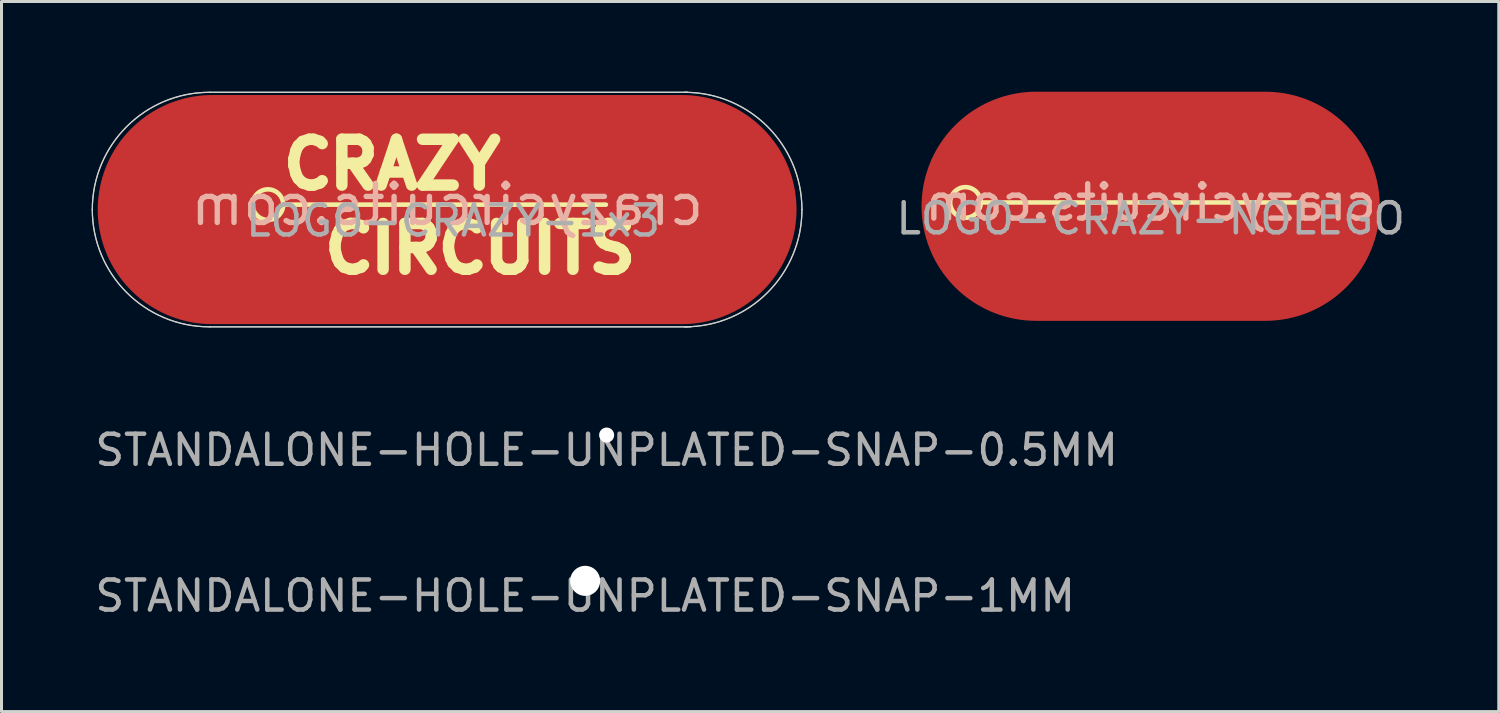
<source format=kicad_pcb>
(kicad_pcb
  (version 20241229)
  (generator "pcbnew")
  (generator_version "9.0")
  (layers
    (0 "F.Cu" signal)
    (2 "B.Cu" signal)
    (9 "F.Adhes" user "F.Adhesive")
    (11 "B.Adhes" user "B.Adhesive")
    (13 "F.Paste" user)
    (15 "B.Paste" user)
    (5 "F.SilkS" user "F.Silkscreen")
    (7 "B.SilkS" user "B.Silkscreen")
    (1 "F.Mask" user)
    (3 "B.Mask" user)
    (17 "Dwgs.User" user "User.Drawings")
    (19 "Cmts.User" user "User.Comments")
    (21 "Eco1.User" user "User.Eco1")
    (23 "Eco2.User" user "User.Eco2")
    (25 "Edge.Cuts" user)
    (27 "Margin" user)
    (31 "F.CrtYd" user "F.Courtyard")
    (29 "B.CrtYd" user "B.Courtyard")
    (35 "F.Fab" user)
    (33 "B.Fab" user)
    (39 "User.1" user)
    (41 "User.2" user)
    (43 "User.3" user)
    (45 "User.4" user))
  (footprint "STANDALONE-HOLE-UNPLATED-SNAP-1MM"
    (layer "F.Cu")
    (at 16.411 16.267)
    (property "Reference" "STANDALONE-HOLE-UNPLATED-SNAP-1MM" (at 0 0.5 0) (layer "F.Fab") (effects (font (size 1 1) (thickness 0.15))))
    (attr through_hole)
    (pad "" np_thru_hole circle (at 0 0) (size 1 1) (drill 1) (layers "*.Cu")))
  (footprint "LOGO-CRAZY-NOLEGO"
    (layer "F.Cu")
    (at 35.218 7.747)
    (property "Reference" "LOGO-CRAZY-NOLEGO" (at 0 -3.528 0) (layer "F.Fab") (effects (font (size 1 1) (thickness 0.15))))
    (attr through_hole)
    (fp_line (start 2.159 -5.461) (end 3.239 -5.207) (stroke (width 0.152) (type solid)) (layer "F.Mask"))
    (fp_line (start 2.985 -4.255) (end 2.159 -5.461) (stroke (width 0.152) (type solid)) (layer "F.Mask"))
    (fp_line (start 3.048 -4.381) (end 2.413 -5.271) (stroke (width 0.254) (type solid)) (layer "F.Mask"))
    (fp_line (start 3.175 -6.604) (end 4 -5.08) (stroke (width 0.152) (type solid)) (layer "F.Mask"))
    (fp_line (start 3.239 -5.207) (end 3.175 -6.604) (stroke (width 0.152) (type solid)) (layer "F.Mask"))
    (fp_line (start 3.239 -4.381) (end 2.603 -5.271) (stroke (width 0.254) (type solid)) (layer "F.Mask"))
    (fp_line (start 3.365 -5.397) (end 3.302 -6.223) (stroke (width 0.254) (type solid)) (layer "F.Mask"))
    (fp_line (start 3.429 -4.381) (end 2.857 -5.207) (stroke (width 0.254) (type solid)) (layer "F.Mask"))
    (fp_line (start 3.556 -4.381) (end 3.111 -5.144) (stroke (width 0.254) (type solid)) (layer "F.Mask"))
    (fp_line (start 3.81 -4.381) (end 3.365 -5.207) (stroke (width 0.254) (type solid)) (layer "F.Mask"))
    (fp_line (start 4 -5.144) (end 5.08 -5.842) (stroke (width 0.152) (type solid)) (layer "F.Mask"))
    (fp_line (start 4 -4.381) (end 3.429 -5.461) (stroke (width 0.254) (type solid)) (layer "F.Mask"))
    (fp_line (start 4.191 -4.636) (end 4.763 -4.953) (stroke (width 0.152) (type solid)) (layer "F.Mask"))
    (fp_line (start 4.191 -4.381) (end 3.302 -6.096) (stroke (width 0.254) (type solid)) (layer "F.Mask"))
    (fp_line (start 4.255 -4.508) (end 5.016 -4.953) (stroke (width 0.152) (type solid)) (layer "F.Mask"))
    (fp_line (start 4.255 -4.381) (end 5.207 -4.953) (stroke (width 0.152) (type solid)) (layer "F.Mask"))
    (fp_line (start 4.381 -4.318) (end 5.524 -5.08) (stroke (width 0.152) (type solid)) (layer "F.Mask"))
    (fp_line (start 4.636 -4.381) (end 5.715 -5.144) (stroke (width 0.152) (type solid)) (layer "F.Mask"))
    (fp_line (start 4.763 -5.271) (end 4.128 -4.763) (stroke (width 0.152) (type solid)) (layer "F.Mask"))
    (fp_line (start 4.763 -5.144) (end 4.191 -4.636) (stroke (width 0.152) (type solid)) (layer "F.Mask"))
    (fp_line (start 4.763 -4.953) (end 4.255 -4.508) (stroke (width 0.152) (type solid)) (layer "F.Mask"))
    (fp_line (start 4.763 -4.953) (end 6.54 -5.397) (stroke (width 0.152) (type solid)) (layer "F.Mask"))
    (fp_line (start 4.763 -4.318) (end 6.096 -5.271) (stroke (width 0.152) (type solid)) (layer "F.Mask"))
    (fp_line (start 4.889 -5.588) (end 4.064 -5.016) (stroke (width 0.152) (type solid)) (layer "F.Mask"))
    (fp_line (start 4.889 -5.461) (end 4.064 -4.889) (stroke (width 0.152) (type solid)) (layer "F.Mask"))
    (fp_line (start 4.953 -4.255) (end 2.985 -4.255) (stroke (width 0.152) (type solid)) (layer "F.Mask"))
    (fp_line (start 5.016 -4.953) (end 4.255 -4.381) (stroke (width 0.152) (type solid)) (layer "F.Mask"))
    (fp_line (start 5.08 -5.842) (end 4.763 -4.953) (stroke (width 0.152) (type solid)) (layer "F.Mask"))
    (fp_line (start 5.207 -4.953) (end 4.381 -4.318) (stroke (width 0.152) (type solid)) (layer "F.Mask"))
    (fp_line (start 5.524 -5.08) (end 4.636 -4.381) (stroke (width 0.152) (type solid)) (layer "F.Mask"))
    (fp_line (start 5.715 -5.144) (end 4.763 -4.318) (stroke (width 0.152) (type solid)) (layer "F.Mask"))
    (fp_line (start 6.096 -5.271) (end 4.953 -4.318) (stroke (width 0.152) (type solid)) (layer "F.Mask"))
    (fp_line (start 6.54 -5.397) (end 4.953 -4.255) (stroke (width 0.152) (type solid)) (layer "F.Mask"))
    (fp_line (start -5.588 -4.064) (end 5.08 -4.064) (stroke (width 0.152) (type solid)) (layer "F.SilkS"))
    (fp_circle (center -6.16 -4.064) (end -5.822 -3.683) (stroke (width 0.152) (type solid)) (fill no) (layer "F.SilkS"))
    (fp_text user "crazycircuits.com" (at 0 -4.064 0) (layer "B.SilkS") (effects (font (size 1.143 1.143) (thickness 0.178)) (justify mirror)))
    (pad "BG" smd oval (at 0 -3.937) (size 15.24 7.62) (layers "F.Cu")))
  (footprint "LOGO-CRAZY-1x3"
    (layer "F.Cu")
    (at 7.82 7.82)
    (property "Reference" "LOGO-CRAZY-1x3" (at 4.2 -3.528 0) (layer "F.Fab") (effects (font (size 1 1) (thickness 0.15))))
    (attr through_hole)
    (fp_line (start 6.559 -5.461) (end 7.638 -5.207) (stroke (width 0.152) (type solid)) (layer "F.Mask"))
    (fp_line (start 7.385 -4.255) (end 6.559 -5.461) (stroke (width 0.152) (type solid)) (layer "F.Mask"))
    (fp_line (start 7.448 -4.381) (end 6.813 -5.271) (stroke (width 0.254) (type solid)) (layer "F.Mask"))
    (fp_line (start 7.575 -6.604) (end 8.4 -5.08) (stroke (width 0.152) (type solid)) (layer "F.Mask"))
    (fp_line (start 7.638 -5.207) (end 7.575 -6.604) (stroke (width 0.152) (type solid)) (layer "F.Mask"))
    (fp_line (start 7.638 -4.381) (end 7.003 -5.271) (stroke (width 0.254) (type solid)) (layer "F.Mask"))
    (fp_line (start 7.766 -5.397) (end 7.702 -6.223) (stroke (width 0.254) (type solid)) (layer "F.Mask"))
    (fp_line (start 7.829 -4.381) (end 7.258 -5.207) (stroke (width 0.254) (type solid)) (layer "F.Mask"))
    (fp_line (start 7.956 -4.381) (end 7.511 -5.144) (stroke (width 0.254) (type solid)) (layer "F.Mask"))
    (fp_line (start 8.21 -4.381) (end 7.766 -5.207) (stroke (width 0.254) (type solid)) (layer "F.Mask"))
    (fp_line (start 8.4 -5.144) (end 9.48 -5.842) (stroke (width 0.152) (type solid)) (layer "F.Mask"))
    (fp_line (start 8.4 -4.381) (end 7.829 -5.461) (stroke (width 0.254) (type solid)) (layer "F.Mask"))
    (fp_line (start 8.591 -4.636) (end 9.162 -4.953) (stroke (width 0.152) (type solid)) (layer "F.Mask"))
    (fp_line (start 8.591 -4.381) (end 7.702 -6.096) (stroke (width 0.254) (type solid)) (layer "F.Mask"))
    (fp_line (start 8.655 -4.508) (end 9.416 -4.953) (stroke (width 0.152) (type solid)) (layer "F.Mask"))
    (fp_line (start 8.655 -4.381) (end 9.607 -4.953) (stroke (width 0.152) (type solid)) (layer "F.Mask"))
    (fp_line (start 8.781 -4.318) (end 9.925 -5.08) (stroke (width 0.152) (type solid)) (layer "F.Mask"))
    (fp_line (start 9.036 -4.381) (end 10.115 -5.144) (stroke (width 0.152) (type solid)) (layer "F.Mask"))
    (fp_line (start 9.162 -5.271) (end 8.527 -4.763) (stroke (width 0.152) (type solid)) (layer "F.Mask"))
    (fp_line (start 9.162 -5.144) (end 8.591 -4.636) (stroke (width 0.152) (type solid)) (layer "F.Mask"))
    (fp_line (start 9.162 -4.953) (end 8.655 -4.508) (stroke (width 0.152) (type solid)) (layer "F.Mask"))
    (fp_line (start 9.162 -4.953) (end 10.941 -5.397) (stroke (width 0.152) (type solid)) (layer "F.Mask"))
    (fp_line (start 9.162 -4.318) (end 10.496 -5.271) (stroke (width 0.152) (type solid)) (layer "F.Mask"))
    (fp_line (start 9.29 -5.588) (end 8.464 -5.016) (stroke (width 0.152) (type solid)) (layer "F.Mask"))
    (fp_line (start 9.29 -5.461) (end 8.464 -4.889) (stroke (width 0.152) (type solid)) (layer "F.Mask"))
    (fp_line (start 9.353 -4.255) (end 7.385 -4.255) (stroke (width 0.152) (type solid)) (layer "F.Mask"))
    (fp_line (start 9.416 -4.953) (end 8.655 -4.381) (stroke (width 0.152) (type solid)) (layer "F.Mask"))
    (fp_line (start 9.48 -5.842) (end 9.162 -4.953) (stroke (width 0.152) (type solid)) (layer "F.Mask"))
    (fp_line (start 9.607 -4.953) (end 8.781 -4.318) (stroke (width 0.152) (type solid)) (layer "F.Mask"))
    (fp_line (start 9.925 -5.08) (end 9.036 -4.381) (stroke (width 0.152) (type solid)) (layer "F.Mask"))
    (fp_line (start 10.115 -5.144) (end 9.162 -4.318) (stroke (width 0.152) (type solid)) (layer "F.Mask"))
    (fp_line (start 10.496 -5.271) (end 9.353 -4.318) (stroke (width 0.152) (type solid)) (layer "F.Mask"))
    (fp_line (start 10.941 -5.397) (end 9.353 -4.255) (stroke (width 0.152) (type solid)) (layer "F.Mask"))
    (fp_line (start -1.388 -4.064) (end 9.28 -4.064) (stroke (width 0.152) (type solid)) (layer "F.SilkS"))
    (fp_circle (center -1.96 -4.064) (end -1.622 -3.683) (stroke (width 0.152) (type solid)) (fill no) (layer "F.SilkS"))
    (fp_line (start 12 -7.8) (end -3.9 -7.8) (stroke (width 0.041) (type solid)) (layer "Edge.Cuts"))
    (fp_line (start 12.1 0) (end -3.9 0) (stroke (width 0.041) (type solid)) (layer "Edge.Cuts"))
    (fp_arc (start -7.8 -3.9) (mid -6.657716 -6.657716) (end -3.9 -7.8) (stroke (width 0.04064) (type solid)) (layer "Edge.Cuts"))
    (fp_arc (start -3.9 0) (mid -6.657716 -1.142284) (end -7.8 -3.9) (stroke (width 0.04064) (type solid)) (layer "Edge.Cuts"))
    (fp_arc (start 11.9 -7.8) (mid 14.657716 -6.657716) (end 15.8 -3.9) (stroke (width 0.04064) (type solid)) (layer "Edge.Cuts"))
    (fp_arc (start 15.8 -3.9) (mid 14.657716 -1.142284) (end 11.9 0) (stroke (width 0.04064) (type solid)) (layer "Edge.Cuts"))
    (fp_line (start 12 -7.8) (end -3.9 -7.8) (stroke (width 0.041) (type solid)) (layer "F.Fab"))
    (fp_line (start 12 0) (end -3.9 0) (stroke (width 0.041) (type solid)) (layer "F.Fab"))
    (fp_arc (start -7.8 -3.9) (mid -6.657716 -6.657716) (end -3.9 -7.8) (stroke (width 0.04064) (type solid)) (layer "F.Fab"))
    (fp_arc (start -3.9 0) (mid -6.657716 -1.142284) (end -7.8 -3.9) (stroke (width 0.04064) (type solid)) (layer "F.Fab"))
    (fp_arc (start 11.9 -7.8) (mid 14.657716 -6.657716) (end 15.8 -3.9) (stroke (width 0.04064) (type solid)) (layer "F.Fab"))
    (fp_arc (start 15.8 -3.9) (mid 14.657716 -1.142284) (end 11.9 0) (stroke (width 0.04064) (type solid)) (layer "F.Fab"))
    (fp_text user "CRAZY" (at 2.168 -5.4 0) (layer "F.SilkS") (effects (font (size 1.524 1.524) (thickness 0.381))))
    (fp_text user "CIRCUITS" (at 5.1 -2.6 0) (layer "F.SilkS") (effects (font (size 1.524 1.524) (thickness 0.381))))
    (fp_text user "crazycircuits.com" (at 4 -4.064 0) (layer "B.SilkS") (effects (font (size 1.3 1.3) (thickness 0.178)) (justify mirror)))
    (pad "BG" smd oval (at 4 -3.9) (size 23.24 7.62) (layers "F.Cu")))
  (footprint "STANDALONE-HOLE-UNPLATED-SNAP-0.5MM"
    (layer "F.Cu")
    (at 17.125 11.419)
    (property "Reference" "STANDALONE-HOLE-UNPLATED-SNAP-0.5MM" (at 0 0.5 0) (layer "F.Fab") (effects (font (size 1 1) (thickness 0.15))))
    (attr through_hole)
    (pad "" np_thru_hole circle (at 0 0) (size 0.5 0.5) (drill 0.5) (layers "*.Cu")))
  (gr_rect
    (start -3 -3)
    (end 46.795 20.615)
    (stroke (width 0.1) (type default))
    (fill no)
    (layer "Edge.Cuts")))
</source>
